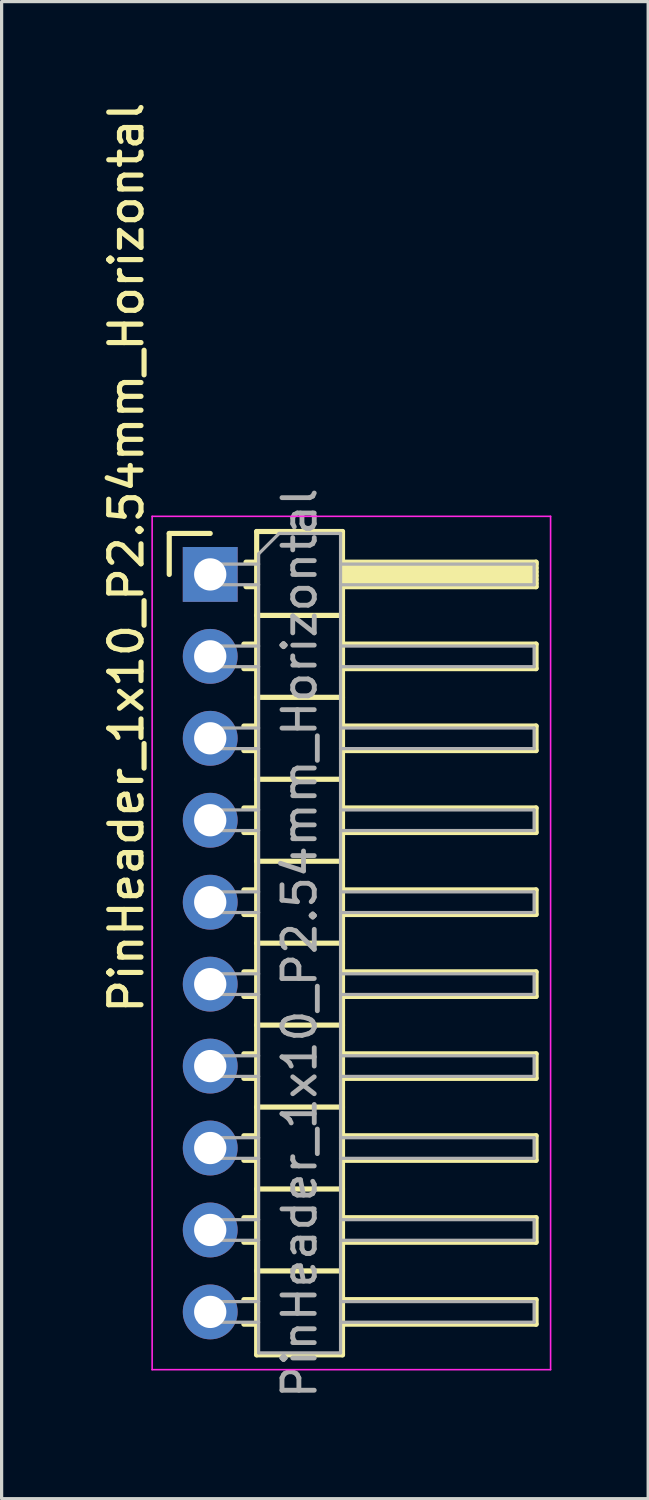
<source format=kicad_pcb>
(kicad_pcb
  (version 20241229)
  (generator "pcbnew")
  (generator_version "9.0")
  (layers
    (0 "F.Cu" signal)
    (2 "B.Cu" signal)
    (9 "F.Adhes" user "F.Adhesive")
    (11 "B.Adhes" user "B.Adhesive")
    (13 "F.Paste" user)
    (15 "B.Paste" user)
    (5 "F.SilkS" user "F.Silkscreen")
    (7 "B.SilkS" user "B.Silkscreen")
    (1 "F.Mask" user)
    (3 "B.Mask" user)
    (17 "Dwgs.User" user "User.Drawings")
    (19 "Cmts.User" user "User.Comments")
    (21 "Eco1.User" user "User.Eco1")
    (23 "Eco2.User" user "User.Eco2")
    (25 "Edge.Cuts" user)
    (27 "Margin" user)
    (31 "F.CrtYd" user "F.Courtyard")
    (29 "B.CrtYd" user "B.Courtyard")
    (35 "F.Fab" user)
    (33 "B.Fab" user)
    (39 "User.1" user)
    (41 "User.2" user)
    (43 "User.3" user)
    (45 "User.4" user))
  (footprint "PinHeader_1x10_P2.54mm_Horizontal"
    (layer "F.Cu")
    (at 3.466 14.755)
    (property "Reference" "PinHeader_1x10_P2.54mm_Horizontal" (at -2.6 -0.52 270) (layer "F.SilkS") (effects (font (size 1 1) (thickness 0.16))))
    (attr through_hole)
    (fp_line (start -1.27 -1.27) (end 0 -1.27) (stroke (width 0.16) (type solid)) (layer "F.SilkS"))
    (fp_line (start -1.27 0) (end -1.27 -1.27) (stroke (width 0.16) (type solid)) (layer "F.SilkS"))
    (fp_line (start 1.043 2.16) (end 1.44 2.16) (stroke (width 0.16) (type solid)) (layer "F.SilkS"))
    (fp_line (start 1.043 2.92) (end 1.44 2.92) (stroke (width 0.16) (type solid)) (layer "F.SilkS"))
    (fp_line (start 1.043 4.7) (end 1.44 4.7) (stroke (width 0.16) (type solid)) (layer "F.SilkS"))
    (fp_line (start 1.043 5.46) (end 1.44 5.46) (stroke (width 0.16) (type solid)) (layer "F.SilkS"))
    (fp_line (start 1.043 7.24) (end 1.44 7.24) (stroke (width 0.16) (type solid)) (layer "F.SilkS"))
    (fp_line (start 1.043 8) (end 1.44 8) (stroke (width 0.16) (type solid)) (layer "F.SilkS"))
    (fp_line (start 1.043 9.78) (end 1.44 9.78) (stroke (width 0.16) (type solid)) (layer "F.SilkS"))
    (fp_line (start 1.043 10.54) (end 1.44 10.54) (stroke (width 0.16) (type solid)) (layer "F.SilkS"))
    (fp_line (start 1.043 12.32) (end 1.44 12.32) (stroke (width 0.16) (type solid)) (layer "F.SilkS"))
    (fp_line (start 1.043 13.08) (end 1.44 13.08) (stroke (width 0.16) (type solid)) (layer "F.SilkS"))
    (fp_line (start 1.043 14.86) (end 1.44 14.86) (stroke (width 0.16) (type solid)) (layer "F.SilkS"))
    (fp_line (start 1.043 15.62) (end 1.44 15.62) (stroke (width 0.16) (type solid)) (layer "F.SilkS"))
    (fp_line (start 1.043 17.4) (end 1.44 17.4) (stroke (width 0.16) (type solid)) (layer "F.SilkS"))
    (fp_line (start 1.043 18.16) (end 1.44 18.16) (stroke (width 0.16) (type solid)) (layer "F.SilkS"))
    (fp_line (start 1.043 19.94) (end 1.44 19.94) (stroke (width 0.16) (type solid)) (layer "F.SilkS"))
    (fp_line (start 1.043 20.7) (end 1.44 20.7) (stroke (width 0.16) (type solid)) (layer "F.SilkS"))
    (fp_line (start 1.043 22.48) (end 1.44 22.48) (stroke (width 0.16) (type solid)) (layer "F.SilkS"))
    (fp_line (start 1.043 23.24) (end 1.44 23.24) (stroke (width 0.16) (type solid)) (layer "F.SilkS"))
    (fp_line (start 1.11 -0.38) (end 1.44 -0.38) (stroke (width 0.16) (type solid)) (layer "F.SilkS"))
    (fp_line (start 1.11 0.38) (end 1.44 0.38) (stroke (width 0.16) (type solid)) (layer "F.SilkS"))
    (fp_line (start 1.44 -1.33) (end 1.44 24.19) (stroke (width 0.16) (type solid)) (layer "F.SilkS"))
    (fp_line (start 1.44 1.27) (end 4.1 1.27) (stroke (width 0.16) (type solid)) (layer "F.SilkS"))
    (fp_line (start 1.44 3.81) (end 4.1 3.81) (stroke (width 0.16) (type solid)) (layer "F.SilkS"))
    (fp_line (start 1.44 6.35) (end 4.1 6.35) (stroke (width 0.16) (type solid)) (layer "F.SilkS"))
    (fp_line (start 1.44 8.89) (end 4.1 8.89) (stroke (width 0.16) (type solid)) (layer "F.SilkS"))
    (fp_line (start 1.44 11.43) (end 4.1 11.43) (stroke (width 0.16) (type solid)) (layer "F.SilkS"))
    (fp_line (start 1.44 13.97) (end 4.1 13.97) (stroke (width 0.16) (type solid)) (layer "F.SilkS"))
    (fp_line (start 1.44 16.51) (end 4.1 16.51) (stroke (width 0.16) (type solid)) (layer "F.SilkS"))
    (fp_line (start 1.44 19.05) (end 4.1 19.05) (stroke (width 0.16) (type solid)) (layer "F.SilkS"))
    (fp_line (start 1.44 21.59) (end 4.1 21.59) (stroke (width 0.16) (type solid)) (layer "F.SilkS"))
    (fp_line (start 1.44 24.19) (end 4.1 24.19) (stroke (width 0.16) (type solid)) (layer "F.SilkS"))
    (fp_line (start 4.1 -1.33) (end 1.44 -1.33) (stroke (width 0.16) (type solid)) (layer "F.SilkS"))
    (fp_line (start 4.1 -0.38) (end 10.1 -0.38) (stroke (width 0.16) (type solid)) (layer "F.SilkS"))
    (fp_line (start 4.1 -0.32) (end 10.1 -0.32) (stroke (width 0.16) (type solid)) (layer "F.SilkS"))
    (fp_line (start 4.1 -0.2) (end 10.1 -0.2) (stroke (width 0.16) (type solid)) (layer "F.SilkS"))
    (fp_line (start 4.1 -0.08) (end 10.1 -0.08) (stroke (width 0.16) (type solid)) (layer "F.SilkS"))
    (fp_line (start 4.1 0.04) (end 10.1 0.04) (stroke (width 0.16) (type solid)) (layer "F.SilkS"))
    (fp_line (start 4.1 0.16) (end 10.1 0.16) (stroke (width 0.16) (type solid)) (layer "F.SilkS"))
    (fp_line (start 4.1 0.28) (end 10.1 0.28) (stroke (width 0.16) (type solid)) (layer "F.SilkS"))
    (fp_line (start 4.1 2.16) (end 10.1 2.16) (stroke (width 0.16) (type solid)) (layer "F.SilkS"))
    (fp_line (start 4.1 4.7) (end 10.1 4.7) (stroke (width 0.16) (type solid)) (layer "F.SilkS"))
    (fp_line (start 4.1 7.24) (end 10.1 7.24) (stroke (width 0.16) (type solid)) (layer "F.SilkS"))
    (fp_line (start 4.1 9.78) (end 10.1 9.78) (stroke (width 0.16) (type solid)) (layer "F.SilkS"))
    (fp_line (start 4.1 12.32) (end 10.1 12.32) (stroke (width 0.16) (type solid)) (layer "F.SilkS"))
    (fp_line (start 4.1 14.86) (end 10.1 14.86) (stroke (width 0.16) (type solid)) (layer "F.SilkS"))
    (fp_line (start 4.1 17.4) (end 10.1 17.4) (stroke (width 0.16) (type solid)) (layer "F.SilkS"))
    (fp_line (start 4.1 19.94) (end 10.1 19.94) (stroke (width 0.16) (type solid)) (layer "F.SilkS"))
    (fp_line (start 4.1 22.48) (end 10.1 22.48) (stroke (width 0.16) (type solid)) (layer "F.SilkS"))
    (fp_line (start 4.1 24.19) (end 4.1 -1.33) (stroke (width 0.16) (type solid)) (layer "F.SilkS"))
    (fp_line (start 10.1 -0.38) (end 10.1 0.38) (stroke (width 0.16) (type solid)) (layer "F.SilkS"))
    (fp_line (start 10.1 0.38) (end 4.1 0.38) (stroke (width 0.16) (type solid)) (layer "F.SilkS"))
    (fp_line (start 10.1 2.16) (end 10.1 2.92) (stroke (width 0.16) (type solid)) (layer "F.SilkS"))
    (fp_line (start 10.1 2.92) (end 4.1 2.92) (stroke (width 0.16) (type solid)) (layer "F.SilkS"))
    (fp_line (start 10.1 4.7) (end 10.1 5.46) (stroke (width 0.16) (type solid)) (layer "F.SilkS"))
    (fp_line (start 10.1 5.46) (end 4.1 5.46) (stroke (width 0.16) (type solid)) (layer "F.SilkS"))
    (fp_line (start 10.1 7.24) (end 10.1 8) (stroke (width 0.16) (type solid)) (layer "F.SilkS"))
    (fp_line (start 10.1 8) (end 4.1 8) (stroke (width 0.16) (type solid)) (layer "F.SilkS"))
    (fp_line (start 10.1 9.78) (end 10.1 10.54) (stroke (width 0.16) (type solid)) (layer "F.SilkS"))
    (fp_line (start 10.1 10.54) (end 4.1 10.54) (stroke (width 0.16) (type solid)) (layer "F.SilkS"))
    (fp_line (start 10.1 12.32) (end 10.1 13.08) (stroke (width 0.16) (type solid)) (layer "F.SilkS"))
    (fp_line (start 10.1 13.08) (end 4.1 13.08) (stroke (width 0.16) (type solid)) (layer "F.SilkS"))
    (fp_line (start 10.1 14.86) (end 10.1 15.62) (stroke (width 0.16) (type solid)) (layer "F.SilkS"))
    (fp_line (start 10.1 15.62) (end 4.1 15.62) (stroke (width 0.16) (type solid)) (layer "F.SilkS"))
    (fp_line (start 10.1 17.4) (end 10.1 18.16) (stroke (width 0.16) (type solid)) (layer "F.SilkS"))
    (fp_line (start 10.1 18.16) (end 4.1 18.16) (stroke (width 0.16) (type solid)) (layer "F.SilkS"))
    (fp_line (start 10.1 19.94) (end 10.1 20.7) (stroke (width 0.16) (type solid)) (layer "F.SilkS"))
    (fp_line (start 10.1 20.7) (end 4.1 20.7) (stroke (width 0.16) (type solid)) (layer "F.SilkS"))
    (fp_line (start 10.1 22.48) (end 10.1 23.24) (stroke (width 0.16) (type solid)) (layer "F.SilkS"))
    (fp_line (start 10.1 23.24) (end 4.1 23.24) (stroke (width 0.16) (type solid)) (layer "F.SilkS"))
    (fp_line (start -1.8 -1.8) (end -1.8 24.65) (stroke (width 0.05) (type solid)) (layer "F.CrtYd"))
    (fp_line (start -1.8 24.65) (end 10.55 24.65) (stroke (width 0.05) (type solid)) (layer "F.CrtYd"))
    (fp_line (start 10.55 -1.8) (end -1.8 -1.8) (stroke (width 0.05) (type solid)) (layer "F.CrtYd"))
    (fp_line (start 10.55 24.65) (end 10.55 -1.8) (stroke (width 0.05) (type solid)) (layer "F.CrtYd"))
    (fp_line (start -0.32 -0.32) (end -0.32 0.32) (stroke (width 0.1) (type solid)) (layer "F.Fab"))
    (fp_line (start -0.32 -0.32) (end 1.5 -0.32) (stroke (width 0.1) (type solid)) (layer "F.Fab"))
    (fp_line (start -0.32 0.32) (end 1.5 0.32) (stroke (width 0.1) (type solid)) (layer "F.Fab"))
    (fp_line (start -0.32 2.22) (end -0.32 2.86) (stroke (width 0.1) (type solid)) (layer "F.Fab"))
    (fp_line (start -0.32 2.22) (end 1.5 2.22) (stroke (width 0.1) (type solid)) (layer "F.Fab"))
    (fp_line (start -0.32 2.86) (end 1.5 2.86) (stroke (width 0.1) (type solid)) (layer "F.Fab"))
    (fp_line (start -0.32 4.76) (end -0.32 5.4) (stroke (width 0.1) (type solid)) (layer "F.Fab"))
    (fp_line (start -0.32 4.76) (end 1.5 4.76) (stroke (width 0.1) (type solid)) (layer "F.Fab"))
    (fp_line (start -0.32 5.4) (end 1.5 5.4) (stroke (width 0.1) (type solid)) (layer "F.Fab"))
    (fp_line (start -0.32 7.3) (end -0.32 7.94) (stroke (width 0.1) (type solid)) (layer "F.Fab"))
    (fp_line (start -0.32 7.3) (end 1.5 7.3) (stroke (width 0.1) (type solid)) (layer "F.Fab"))
    (fp_line (start -0.32 7.94) (end 1.5 7.94) (stroke (width 0.1) (type solid)) (layer "F.Fab"))
    (fp_line (start -0.32 9.84) (end -0.32 10.48) (stroke (width 0.1) (type solid)) (layer "F.Fab"))
    (fp_line (start -0.32 9.84) (end 1.5 9.84) (stroke (width 0.1) (type solid)) (layer "F.Fab"))
    (fp_line (start -0.32 10.48) (end 1.5 10.48) (stroke (width 0.1) (type solid)) (layer "F.Fab"))
    (fp_line (start -0.32 12.38) (end -0.32 13.02) (stroke (width 0.1) (type solid)) (layer "F.Fab"))
    (fp_line (start -0.32 12.38) (end 1.5 12.38) (stroke (width 0.1) (type solid)) (layer "F.Fab"))
    (fp_line (start -0.32 13.02) (end 1.5 13.02) (stroke (width 0.1) (type solid)) (layer "F.Fab"))
    (fp_line (start -0.32 14.92) (end -0.32 15.56) (stroke (width 0.1) (type solid)) (layer "F.Fab"))
    (fp_line (start -0.32 14.92) (end 1.5 14.92) (stroke (width 0.1) (type solid)) (layer "F.Fab"))
    (fp_line (start -0.32 15.56) (end 1.5 15.56) (stroke (width 0.1) (type solid)) (layer "F.Fab"))
    (fp_line (start -0.32 17.46) (end -0.32 18.1) (stroke (width 0.1) (type solid)) (layer "F.Fab"))
    (fp_line (start -0.32 17.46) (end 1.5 17.46) (stroke (width 0.1) (type solid)) (layer "F.Fab"))
    (fp_line (start -0.32 18.1) (end 1.5 18.1) (stroke (width 0.1) (type solid)) (layer "F.Fab"))
    (fp_line (start -0.32 20) (end -0.32 20.64) (stroke (width 0.1) (type solid)) (layer "F.Fab"))
    (fp_line (start -0.32 20) (end 1.5 20) (stroke (width 0.1) (type solid)) (layer "F.Fab"))
    (fp_line (start -0.32 20.64) (end 1.5 20.64) (stroke (width 0.1) (type solid)) (layer "F.Fab"))
    (fp_line (start -0.32 22.54) (end -0.32 23.18) (stroke (width 0.1) (type solid)) (layer "F.Fab"))
    (fp_line (start -0.32 22.54) (end 1.5 22.54) (stroke (width 0.1) (type solid)) (layer "F.Fab"))
    (fp_line (start -0.32 23.18) (end 1.5 23.18) (stroke (width 0.1) (type solid)) (layer "F.Fab"))
    (fp_line (start 1.5 -0.635) (end 2.135 -1.27) (stroke (width 0.1) (type solid)) (layer "F.Fab"))
    (fp_line (start 1.5 24.13) (end 1.5 -0.635) (stroke (width 0.1) (type solid)) (layer "F.Fab"))
    (fp_line (start 2.135 -1.27) (end 4.04 -1.27) (stroke (width 0.1) (type solid)) (layer "F.Fab"))
    (fp_line (start 4.04 -1.27) (end 4.04 24.13) (stroke (width 0.1) (type solid)) (layer "F.Fab"))
    (fp_line (start 4.04 -0.32) (end 10.04 -0.32) (stroke (width 0.1) (type solid)) (layer "F.Fab"))
    (fp_line (start 4.04 0.32) (end 10.04 0.32) (stroke (width 0.1) (type solid)) (layer "F.Fab"))
    (fp_line (start 4.04 2.22) (end 10.04 2.22) (stroke (width 0.1) (type solid)) (layer "F.Fab"))
    (fp_line (start 4.04 2.86) (end 10.04 2.86) (stroke (width 0.1) (type solid)) (layer "F.Fab"))
    (fp_line (start 4.04 4.76) (end 10.04 4.76) (stroke (width 0.1) (type solid)) (layer "F.Fab"))
    (fp_line (start 4.04 5.4) (end 10.04 5.4) (stroke (width 0.1) (type solid)) (layer "F.Fab"))
    (fp_line (start 4.04 7.3) (end 10.04 7.3) (stroke (width 0.1) (type solid)) (layer "F.Fab"))
    (fp_line (start 4.04 7.94) (end 10.04 7.94) (stroke (width 0.1) (type solid)) (layer "F.Fab"))
    (fp_line (start 4.04 9.84) (end 10.04 9.84) (stroke (width 0.1) (type solid)) (layer "F.Fab"))
    (fp_line (start 4.04 10.48) (end 10.04 10.48) (stroke (width 0.1) (type solid)) (layer "F.Fab"))
    (fp_line (start 4.04 12.38) (end 10.04 12.38) (stroke (width 0.1) (type solid)) (layer "F.Fab"))
    (fp_line (start 4.04 13.02) (end 10.04 13.02) (stroke (width 0.1) (type solid)) (layer "F.Fab"))
    (fp_line (start 4.04 14.92) (end 10.04 14.92) (stroke (width 0.1) (type solid)) (layer "F.Fab"))
    (fp_line (start 4.04 15.56) (end 10.04 15.56) (stroke (width 0.1) (type solid)) (layer "F.Fab"))
    (fp_line (start 4.04 17.46) (end 10.04 17.46) (stroke (width 0.1) (type solid)) (layer "F.Fab"))
    (fp_line (start 4.04 18.1) (end 10.04 18.1) (stroke (width 0.1) (type solid)) (layer "F.Fab"))
    (fp_line (start 4.04 20) (end 10.04 20) (stroke (width 0.1) (type solid)) (layer "F.Fab"))
    (fp_line (start 4.04 20.64) (end 10.04 20.64) (stroke (width 0.1) (type solid)) (layer "F.Fab"))
    (fp_line (start 4.04 22.54) (end 10.04 22.54) (stroke (width 0.1) (type solid)) (layer "F.Fab"))
    (fp_line (start 4.04 23.18) (end 10.04 23.18) (stroke (width 0.1) (type solid)) (layer "F.Fab"))
    (fp_line (start 4.04 24.13) (end 1.5 24.13) (stroke (width 0.1) (type solid)) (layer "F.Fab"))
    (fp_line (start 10.04 -0.32) (end 10.04 0.32) (stroke (width 0.1) (type solid)) (layer "F.Fab"))
    (fp_line (start 10.04 2.22) (end 10.04 2.86) (stroke (width 0.1) (type solid)) (layer "F.Fab"))
    (fp_line (start 10.04 4.76) (end 10.04 5.4) (stroke (width 0.1) (type solid)) (layer "F.Fab"))
    (fp_line (start 10.04 7.3) (end 10.04 7.94) (stroke (width 0.1) (type solid)) (layer "F.Fab"))
    (fp_line (start 10.04 9.84) (end 10.04 10.48) (stroke (width 0.1) (type solid)) (layer "F.Fab"))
    (fp_line (start 10.04 12.38) (end 10.04 13.02) (stroke (width 0.1) (type solid)) (layer "F.Fab"))
    (fp_line (start 10.04 14.92) (end 10.04 15.56) (stroke (width 0.1) (type solid)) (layer "F.Fab"))
    (fp_line (start 10.04 17.46) (end 10.04 18.1) (stroke (width 0.1) (type solid)) (layer "F.Fab"))
    (fp_line (start 10.04 20) (end 10.04 20.64) (stroke (width 0.1) (type solid)) (layer "F.Fab"))
    (fp_line (start 10.04 22.54) (end 10.04 23.18) (stroke (width 0.1) (type solid)) (layer "F.Fab"))
    (fp_text user "${REFERENCE}" (at 2.77 11.43 90) (layer "F.Fab") (effects (font (size 1 1) (thickness 0.15))))
    (pad "1" thru_hole rect (at 0 0) (size 1.7 1.7) (drill 1) (layers "*.Cu" "*.Mask"))
    (pad "2" thru_hole oval (at 0 2.54) (size 1.7 1.7) (drill 1) (layers "*.Cu" "*.Mask"))
    (pad "3" thru_hole oval (at 0 5.08) (size 1.7 1.7) (drill 1) (layers "*.Cu" "*.Mask"))
    (pad "4" thru_hole oval (at 0 7.62) (size 1.7 1.7) (drill 1) (layers "*.Cu" "*.Mask"))
    (pad "5" thru_hole oval (at 0 10.16) (size 1.7 1.7) (drill 1) (layers "*.Cu" "*.Mask"))
    (pad "6" thru_hole oval (at 0 12.7) (size 1.7 1.7) (drill 1) (layers "*.Cu" "*.Mask"))
    (pad "7" thru_hole oval (at 0 15.24) (size 1.7 1.7) (drill 1) (layers "*.Cu" "*.Mask"))
    (pad "8" thru_hole oval (at 0 17.78) (size 1.7 1.7) (drill 1) (layers "*.Cu" "*.Mask"))
    (pad "9" thru_hole oval (at 0 20.32) (size 1.7 1.7) (drill 1) (layers "*.Cu" "*.Mask"))
    (pad "10" thru_hole oval (at 0 22.86) (size 1.7 1.7) (drill 1) (layers "*.Cu" "*.Mask")))
  (gr_rect
    (start -3 -3)
    (end 17.041 43.405)
    (stroke (width 0.1) (type default))
    (fill no)
    (layer "Edge.Cuts")))
</source>
